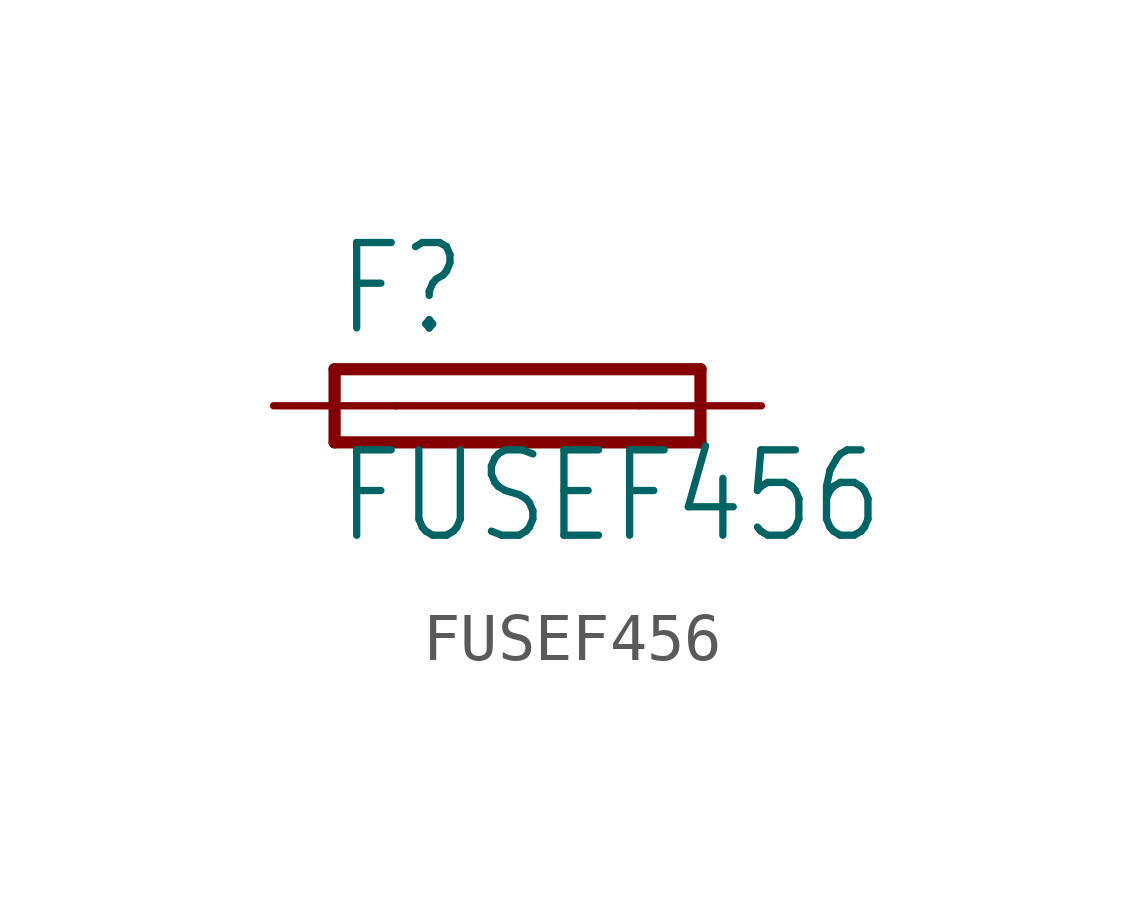
<source format=kicad_sym>
(kicad_symbol_lib
  (version 20200126)
  (host kicad_symbol_editor "5.99.0-unknown-aa7ce74~88~ubuntu18.04.1")
  (symbol "FUSEF456"
    (property "Reference" "F"
      (at -3.81 1.397 0)
      (effects (font (size 1.778 1.511)) (justify left bottom)))
    (property "Value" "FUSEF456"
      (at -3.81 -2.921 0)
      (effects (font (size 1.778 1.511)) (justify left bottom)))
    (property "ki_locked" ""
      (at 0 0 0)
      (effects (font (size 1.27 1.27))))
    (symbol "FUSEF456_1_0"
      (polyline (pts (xy -3.81 -0.762) (xy 3.81 -0.762)) (stroke (width 0.254)) (fill (type none)))
      (polyline (pts (xy 3.81 0.762) (xy -3.81 0.762)) (stroke (width 0.254)) (fill (type none)))
      (polyline (pts (xy 3.81 -0.762) (xy 3.81 0.762)) (stroke (width 0.254)) (fill (type none)))
      (polyline (pts (xy -3.81 0.762) (xy -3.81 -0.762)) (stroke (width 0.254)) (fill (type none)))
      (polyline (pts (xy -2.54 0) (xy 2.54 0)) (stroke (width 0.152)) (fill (type none)))
      (pin passive line (at 5.08 0 180) (length 2.54) (name "2" (effects (font (size 0 0)))) (number "2" (effects (font (size 0 0)))))
      (pin passive line (at -5.08 0 0) (length 2.54) (name "1" (effects (font (size 0 0)))) (number "1" (effects (font (size 0 0))))))))
</source>
